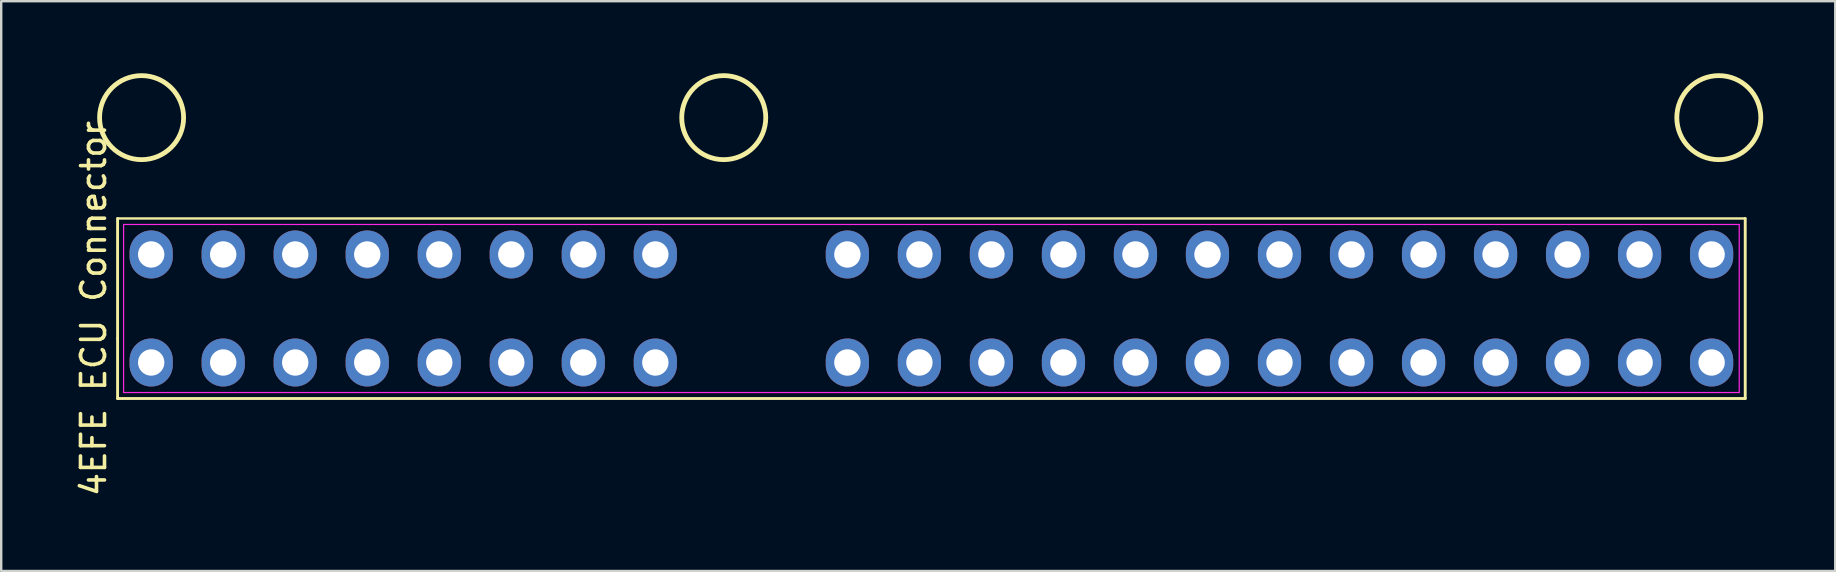
<source format=kicad_pcb>
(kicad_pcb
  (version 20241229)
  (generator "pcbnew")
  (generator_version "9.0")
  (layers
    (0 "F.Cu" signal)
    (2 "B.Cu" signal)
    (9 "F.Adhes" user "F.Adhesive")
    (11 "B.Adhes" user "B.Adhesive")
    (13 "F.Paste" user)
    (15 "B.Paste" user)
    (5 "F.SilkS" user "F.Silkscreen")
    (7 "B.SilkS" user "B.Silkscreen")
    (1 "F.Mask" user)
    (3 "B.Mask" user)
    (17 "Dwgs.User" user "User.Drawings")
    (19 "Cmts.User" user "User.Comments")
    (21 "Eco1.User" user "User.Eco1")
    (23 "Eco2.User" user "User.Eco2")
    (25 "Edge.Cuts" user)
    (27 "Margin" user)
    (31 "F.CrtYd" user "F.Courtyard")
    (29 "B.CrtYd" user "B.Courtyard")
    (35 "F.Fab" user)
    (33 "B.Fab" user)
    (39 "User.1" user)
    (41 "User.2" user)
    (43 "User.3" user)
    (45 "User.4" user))
  (footprint "4EFE ECU Connector"
    (layer "F.Cu")
    (at 33.248 9.8)
    (property "Reference" "4EFE ECU Connector" (at -32.4 0 90) (layer "F.SilkS") (effects (font (size 1 1) (thickness 0.15))))
    (attr through_hole)
    (fp_line (start -31.4 -3.75) (end -31.4 1.25) (stroke (width 0.12) (type default)) (layer "F.SilkS"))
    (fp_line (start -31.4 1.25) (end -31.4 3.75) (stroke (width 0.12) (type default)) (layer "F.SilkS"))
    (fp_line (start -31.4 3.75) (end 36.4 3.75) (stroke (width 0.12) (type default)) (layer "F.SilkS"))
    (fp_line (start 36.4 -3.75) (end -31.4 -3.75) (stroke (width 0.1) (type default)) (layer "F.SilkS"))
    (fp_line (start 36.4 3.75) (end 36.4 -3.75) (stroke (width 0.12) (type default)) (layer "F.SilkS"))
    (fp_circle (center -30.4 -7.95) (end -28.65 -7.95) (stroke (width 0.2) (type default)) (fill no) (layer "F.SilkS"))
    (fp_circle (center -6.15 -7.95) (end -4.4 -7.95) (stroke (width 0.2) (type default)) (fill no) (layer "F.SilkS"))
    (fp_circle (center 35.3 -7.95) (end 37.05 -7.95) (stroke (width 0.2) (type default)) (fill no) (layer "F.SilkS"))
    (fp_line (start -31.15 -3.5) (end 36.15 -3.5) (stroke (width 0.05) (type default)) (layer "F.CrtYd"))
    (fp_line (start -31.15 3.5) (end -31.15 -3.5) (stroke (width 0.05) (type default)) (layer "F.CrtYd"))
    (fp_line (start 36.15 -3.5) (end 36.15 3.5) (stroke (width 0.05) (type default)) (layer "F.CrtYd"))
    (fp_line (start 36.15 3.5) (end -31.15 3.5) (stroke (width 0.05) (type default)) (layer "F.CrtYd"))
    (pad "1" thru_hole oval (at -30 2.25) (size 1.8 2) (drill 1.1) (layers "*.Cu" "*.Mask"))
    (pad "2" thru_hole oval (at -27 2.25) (size 1.8 2) (drill 1.1) (layers "*.Cu" "*.Mask"))
    (pad "3" thru_hole oval (at -24 2.25) (size 1.8 2) (drill 1.1) (layers "*.Cu" "*.Mask"))
    (pad "4" thru_hole oval (at -21 2.25) (size 1.8 2) (drill 1.1) (layers "*.Cu" "*.Mask"))
    (pad "5" thru_hole oval (at -18 2.25) (size 1.8 2) (drill 1.1) (layers "*.Cu" "*.Mask"))
    (pad "6" thru_hole oval (at -15 2.25) (size 1.8 2) (drill 1.1) (layers "*.Cu" "*.Mask"))
    (pad "7" thru_hole oval (at -12 2.25) (size 1.8 2) (drill 1.1) (layers "*.Cu" "*.Mask"))
    (pad "8" thru_hole oval (at -9 2.25) (size 1.8 2) (drill 1.1) (layers "*.Cu" "*.Mask"))
    (pad "9" thru_hole oval (at -1 2.25) (size 1.8 2) (drill 1.1) (layers "*.Cu" "*.Mask"))
    (pad "10" thru_hole oval (at 2 2.25) (size 1.8 2) (drill 1.1) (layers "*.Cu" "*.Mask"))
    (pad "11" thru_hole oval (at 5 2.25) (size 1.8 2) (drill 1.1) (layers "*.Cu" "*.Mask"))
    (pad "12" thru_hole oval (at 8 2.25) (size 1.8 2) (drill 1.1) (layers "*.Cu" "*.Mask"))
    (pad "13" thru_hole oval (at 11 2.25) (size 1.8 2) (drill 1.1) (layers "*.Cu" "*.Mask"))
    (pad "14" thru_hole oval (at 14 2.25) (size 1.8 2) (drill 1.1) (layers "*.Cu" "*.Mask"))
    (pad "15" thru_hole oval (at 17 2.25) (size 1.8 2) (drill 1.1) (layers "*.Cu" "*.Mask"))
    (pad "16" thru_hole oval (at 20 2.25) (size 1.8 2) (drill 1.1) (layers "*.Cu" "*.Mask"))
    (pad "17" thru_hole oval (at 23 2.25) (size 1.8 2) (drill 1.1) (layers "*.Cu" "*.Mask"))
    (pad "18" thru_hole oval (at 26 2.25) (size 1.8 2) (drill 1.1) (layers "*.Cu" "*.Mask"))
    (pad "19" thru_hole oval (at 29 2.25) (size 1.8 2) (drill 1.1) (layers "*.Cu" "*.Mask"))
    (pad "20" thru_hole oval (at 32 2.25) (size 1.8 2) (drill 1.1) (layers "*.Cu" "*.Mask"))
    (pad "21" thru_hole oval (at 35 2.25) (size 1.8 2) (drill 1.1) (layers "*.Cu" "*.Mask"))
    (pad "22" thru_hole oval (at 35 -2.25) (size 1.8 2) (drill 1.1) (layers "*.Cu" "*.Mask"))
    (pad "23" thru_hole oval (at 32 -2.25) (size 1.8 2) (drill 1.1) (layers "*.Cu" "*.Mask"))
    (pad "24" thru_hole oval (at 29 -2.25) (size 1.8 2) (drill 1.1) (layers "*.Cu" "*.Mask"))
    (pad "25" thru_hole oval (at 26 -2.25) (size 1.8 2) (drill 1.1) (layers "*.Cu" "*.Mask"))
    (pad "26" thru_hole oval (at 23 -2.25) (size 1.8 2) (drill 1.1) (layers "*.Cu" "*.Mask"))
    (pad "27" thru_hole oval (at 20 -2.25) (size 1.8 2) (drill 1.1) (layers "*.Cu" "*.Mask"))
    (pad "28" thru_hole oval (at 17 -2.25) (size 1.8 2) (drill 1.1) (layers "*.Cu" "*.Mask"))
    (pad "29" thru_hole oval (at 14 -2.25) (size 1.8 2) (drill 1.1) (layers "*.Cu" "*.Mask"))
    (pad "30" thru_hole oval (at 11 -2.25) (size 1.8 2) (drill 1.1) (layers "*.Cu" "*.Mask"))
    (pad "31" thru_hole oval (at 8 -2.25) (size 1.8 2) (drill 1.1) (layers "*.Cu" "*.Mask"))
    (pad "32" thru_hole oval (at 5 -2.25) (size 1.8 2) (drill 1.1) (layers "*.Cu" "*.Mask"))
    (pad "33" thru_hole oval (at 2 -2.25) (size 1.8 2) (drill 1.1) (layers "*.Cu" "*.Mask"))
    (pad "34" thru_hole oval (at -1 -2.25) (size 1.8 2) (drill 1.1) (layers "*.Cu" "*.Mask"))
    (pad "35" thru_hole oval (at -9 -2.25) (size 1.8 2) (drill 1.1) (layers "*.Cu" "*.Mask"))
    (pad "36" thru_hole oval (at -12 -2.25) (size 1.8 2) (drill 1.1) (layers "*.Cu" "*.Mask"))
    (pad "37" thru_hole oval (at -15 -2.25) (size 1.8 2) (drill 1.1) (layers "*.Cu" "*.Mask"))
    (pad "38" thru_hole oval (at -18 -2.25) (size 1.8 2) (drill 1.1) (layers "*.Cu" "*.Mask"))
    (pad "39" thru_hole oval (at -21 -2.25) (size 1.8 2) (drill 1.1) (layers "*.Cu" "*.Mask"))
    (pad "40" thru_hole oval (at -24 -2.25) (size 1.8 2) (drill 1.1) (layers "*.Cu" "*.Mask"))
    (pad "41" thru_hole oval (at -27 -2.25) (size 1.8 2) (drill 1.1) (layers "*.Cu" "*.Mask"))
    (pad "42" thru_hole oval (at -30 -2.25) (size 1.8 2) (drill 1.1) (layers "*.Cu" "*.Mask")))
  (gr_rect
    (start -3 -3)
    (end 73.398 20.735)
    (stroke (width 0.1) (type default))
    (fill no)
    (layer "Edge.Cuts")))
</source>
